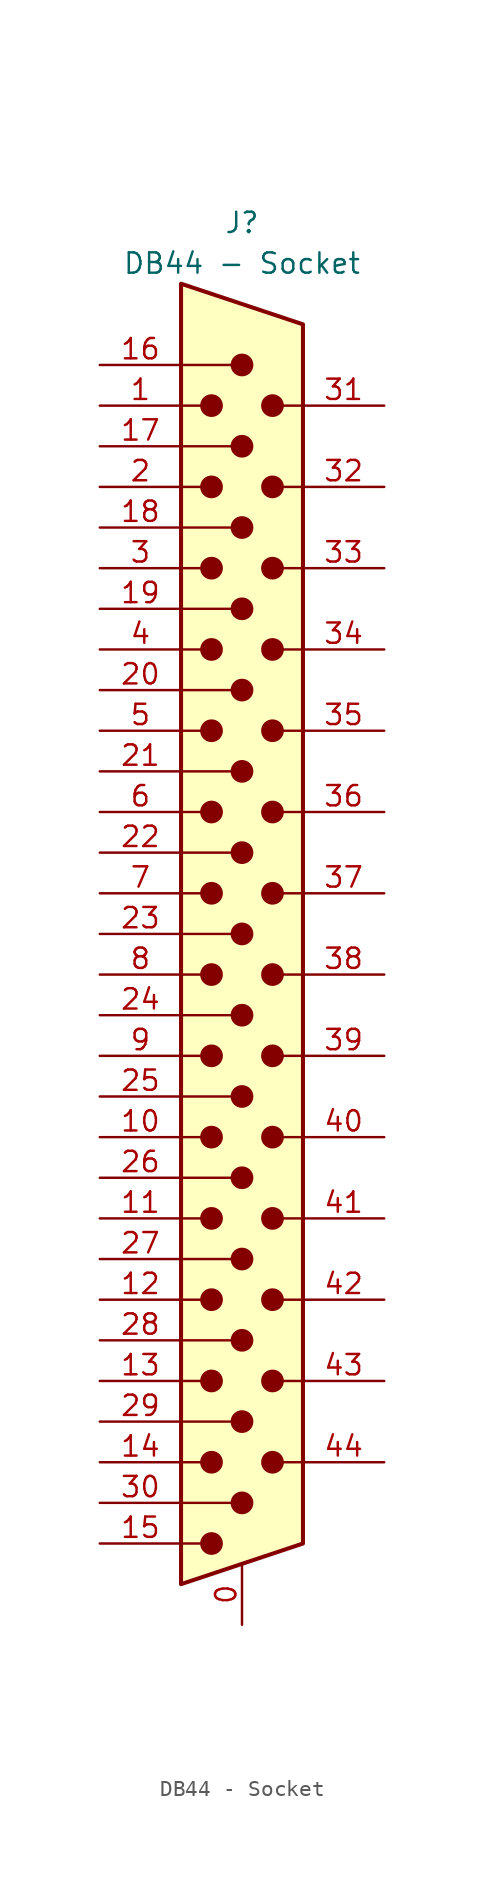
<source format=kicad_sym>
(kicad_symbol_lib
  (version 20211014)
  (generator kicad_symbol_editor)
  (symbol "DB44 - Socket"
    (pin_names
      (offset 1.016) hide)
    (property "Reference" "J"
      (at 0 39.37 0)
      (effects (font (size 1.27 1.27))))
    (property "Value" "DB44 - Socket"
      (at 0 36.83 0)
      (effects (font (size 1.27 1.27))))
    (symbol "DB44 - Socket_0_1"
      (circle (center -1.905 -43.18) (radius 0.635) (stroke (width 0) (type default) (color 0 0 0 0)) (fill (type outline)))
      (circle (center -1.905 -38.1) (radius 0.635) (stroke (width 0) (type default) (color 0 0 0 0)) (fill (type outline)))
      (circle (center -1.905 -33.02) (radius 0.635) (stroke (width 0) (type default) (color 0 0 0 0)) (fill (type outline)))
      (circle (center -1.905 -27.94) (radius 0.635) (stroke (width 0) (type default) (color 0 0 0 0)) (fill (type outline)))
      (circle (center -1.905 -22.86) (radius 0.635) (stroke (width 0) (type default) (color 0 0 0 0)) (fill (type outline)))
      (circle (center -1.905 -17.78) (radius 0.635) (stroke (width 0) (type default) (color 0 0 0 0)) (fill (type outline)))
      (circle (center -1.905 -12.7) (radius 0.635) (stroke (width 0) (type default) (color 0 0 0 0)) (fill (type outline)))
      (circle (center -1.905 -7.62) (radius 0.635) (stroke (width 0) (type default) (color 0 0 0 0)) (fill (type outline)))
      (circle (center -1.905 -2.54) (radius 0.635) (stroke (width 0) (type default) (color 0 0 0 0)) (fill (type outline)))
      (circle (center -1.905 2.54) (radius 0.635) (stroke (width 0) (type default) (color 0 0 0 0)) (fill (type outline)))
      (circle (center -1.905 7.62) (radius 0.635) (stroke (width 0) (type default) (color 0 0 0 0)) (fill (type outline)))
      (circle (center -1.905 12.7) (radius 0.635) (stroke (width 0) (type default) (color 0 0 0 0)) (fill (type outline)))
      (circle (center -1.905 17.78) (radius 0.635) (stroke (width 0) (type default) (color 0 0 0 0)) (fill (type outline)))
      (circle (center -1.905 22.86) (radius 0.635) (stroke (width 0) (type default) (color 0 0 0 0)) (fill (type outline)))
      (circle (center -1.905 27.94) (radius 0.635) (stroke (width 0) (type default) (color 0 0 0 0)) (fill (type outline)))
      (circle (center 0 -40.64) (radius 0.635) (stroke (width 0) (type default) (color 0 0 0 0)) (fill (type outline)))
      (circle (center 0 -35.56) (radius 0.635) (stroke (width 0) (type default) (color 0 0 0 0)) (fill (type outline)))
      (circle (center 0 -30.48) (radius 0.635) (stroke (width 0) (type default) (color 0 0 0 0)) (fill (type outline)))
      (circle (center 0 -25.4) (radius 0.635) (stroke (width 0) (type default) (color 0 0 0 0)) (fill (type outline)))
      (circle (center 0 -20.32) (radius 0.635) (stroke (width 0) (type default) (color 0 0 0 0)) (fill (type outline)))
      (circle (center 0 -15.24) (radius 0.635) (stroke (width 0) (type default) (color 0 0 0 0)) (fill (type outline)))
      (circle (center 0 -10.16) (radius 0.635) (stroke (width 0) (type default) (color 0 0 0 0)) (fill (type outline)))
      (circle (center 0 -5.08) (radius 0.635) (stroke (width 0) (type default) (color 0 0 0 0)) (fill (type outline)))
      (polyline (pts (xy -2.54 -43.18) (xy -3.81 -43.18)) (stroke (width 0) (type default) (color 0 0 0 0)) (fill (type none)))
      (polyline (pts (xy -2.54 -38.1) (xy -3.81 -38.1)) (stroke (width 0) (type default) (color 0 0 0 0)) (fill (type none)))
      (polyline (pts (xy -2.54 -33.02) (xy -3.81 -33.02)) (stroke (width 0) (type default) (color 0 0 0 0)) (fill (type none)))
      (polyline (pts (xy -2.54 -27.94) (xy -3.81 -27.94)) (stroke (width 0) (type default) (color 0 0 0 0)) (fill (type none)))
      (polyline (pts (xy -2.54 -22.86) (xy -3.81 -22.86)) (stroke (width 0) (type default) (color 0 0 0 0)) (fill (type none)))
      (polyline (pts (xy -2.54 -17.78) (xy -3.81 -17.78)) (stroke (width 0) (type default) (color 0 0 0 0)) (fill (type none)))
      (polyline (pts (xy -2.54 -12.7) (xy -3.81 -12.7)) (stroke (width 0) (type default) (color 0 0 0 0)) (fill (type none)))
      (polyline (pts (xy -2.54 -7.62) (xy -3.81 -7.62)) (stroke (width 0) (type default) (color 0 0 0 0)) (fill (type none)))
      (polyline (pts (xy -2.54 -2.54) (xy -3.81 -2.54)) (stroke (width 0) (type default) (color 0 0 0 0)) (fill (type none)))
      (polyline (pts (xy -2.54 2.54) (xy -3.81 2.54)) (stroke (width 0) (type default) (color 0 0 0 0)) (fill (type none)))
      (polyline (pts (xy -2.54 7.62) (xy -3.81 7.62)) (stroke (width 0) (type default) (color 0 0 0 0)) (fill (type none)))
      (polyline (pts (xy -2.54 12.7) (xy -3.81 12.7)) (stroke (width 0) (type default) (color 0 0 0 0)) (fill (type none)))
      (polyline (pts (xy -2.54 17.78) (xy -3.81 17.78)) (stroke (width 0) (type default) (color 0 0 0 0)) (fill (type none)))
      (polyline (pts (xy -2.54 22.86) (xy -3.81 22.86)) (stroke (width 0) (type default) (color 0 0 0 0)) (fill (type none)))
      (polyline (pts (xy -2.54 27.94) (xy -3.81 27.94)) (stroke (width 0) (type default) (color 0 0 0 0)) (fill (type none)))
      (polyline (pts (xy 0 -40.64) (xy -3.81 -40.64)) (stroke (width 0) (type default) (color 0 0 0 0)) (fill (type none)))
      (polyline (pts (xy 0 -35.56) (xy -3.81 -35.56)) (stroke (width 0) (type default) (color 0 0 0 0)) (fill (type none)))
      (polyline (pts (xy 0 -30.48) (xy -3.81 -30.48)) (stroke (width 0) (type default) (color 0 0 0 0)) (fill (type none)))
      (polyline (pts (xy 0 -25.4) (xy -3.81 -25.4)) (stroke (width 0) (type default) (color 0 0 0 0)) (fill (type none)))
      (polyline (pts (xy 0 -20.32) (xy -3.81 -20.32)) (stroke (width 0) (type default) (color 0 0 0 0)) (fill (type none)))
      (polyline (pts (xy 0 -15.24) (xy -3.81 -15.24)) (stroke (width 0) (type default) (color 0 0 0 0)) (fill (type none)))
      (polyline (pts (xy 0 -10.16) (xy -3.81 -10.16)) (stroke (width 0) (type default) (color 0 0 0 0)) (fill (type none)))
      (polyline (pts (xy 0 -5.08) (xy -3.81 -5.08)) (stroke (width 0) (type default) (color 0 0 0 0)) (fill (type none)))
      (polyline (pts (xy 0 0) (xy -3.81 0)) (stroke (width 0) (type default) (color 0 0 0 0)) (fill (type none)))
      (polyline (pts (xy 0 5.08) (xy -3.81 5.08)) (stroke (width 0) (type default) (color 0 0 0 0)) (fill (type none)))
      (polyline (pts (xy 0 10.16) (xy -3.81 10.16)) (stroke (width 0) (type default) (color 0 0 0 0)) (fill (type none)))
      (polyline (pts (xy 0 15.24) (xy -3.81 15.24)) (stroke (width 0) (type default) (color 0 0 0 0)) (fill (type none)))
      (polyline (pts (xy 0 20.32) (xy -3.81 20.32)) (stroke (width 0) (type default) (color 0 0 0 0)) (fill (type none)))
      (polyline (pts (xy 0 25.4) (xy -3.81 25.4)) (stroke (width 0) (type default) (color 0 0 0 0)) (fill (type none)))
      (polyline (pts (xy 0 30.48) (xy -3.81 30.48)) (stroke (width 0) (type default) (color 0 0 0 0)) (fill (type none)))
      (polyline (pts (xy 3.81 -38.1) (xy 2.54 -38.1)) (stroke (width 0) (type default) (color 0 0 0 0)) (fill (type none)))
      (polyline (pts (xy 3.81 -33.02) (xy 2.54 -33.02)) (stroke (width 0) (type default) (color 0 0 0 0)) (fill (type none)))
      (polyline (pts (xy 3.81 -27.94) (xy 2.54 -27.94)) (stroke (width 0) (type default) (color 0 0 0 0)) (fill (type none)))
      (polyline (pts (xy 3.81 -22.86) (xy 2.54 -22.86)) (stroke (width 0) (type default) (color 0 0 0 0)) (fill (type none)))
      (polyline (pts (xy 3.81 -17.78) (xy 2.54 -17.78)) (stroke (width 0) (type default) (color 0 0 0 0)) (fill (type none)))
      (polyline (pts (xy 3.81 -12.7) (xy 2.54 -12.7)) (stroke (width 0) (type default) (color 0 0 0 0)) (fill (type none)))
      (polyline (pts (xy 3.81 -7.62) (xy 2.54 -7.62)) (stroke (width 0) (type default) (color 0 0 0 0)) (fill (type none)))
      (polyline (pts (xy 3.81 -2.54) (xy 2.54 -2.54)) (stroke (width 0) (type default) (color 0 0 0 0)) (fill (type none)))
      (polyline (pts (xy 3.81 2.54) (xy 2.54 2.54)) (stroke (width 0) (type default) (color 0 0 0 0)) (fill (type none)))
      (polyline (pts (xy 3.81 7.62) (xy 2.54 7.62)) (stroke (width 0) (type default) (color 0 0 0 0)) (fill (type none)))
      (polyline (pts (xy 3.81 12.7) (xy 2.54 12.7)) (stroke (width 0) (type default) (color 0 0 0 0)) (fill (type none)))
      (polyline (pts (xy 3.81 17.78) (xy 2.54 17.78)) (stroke (width 0) (type default) (color 0 0 0 0)) (fill (type none)))
      (polyline (pts (xy 3.81 22.86) (xy 2.54 22.86)) (stroke (width 0) (type default) (color 0 0 0 0)) (fill (type none)))
      (polyline (pts (xy 3.81 27.94) (xy 2.54 27.94)) (stroke (width 0) (type default) (color 0 0 0 0)) (fill (type none)))
      (polyline (pts (xy -3.81 35.56) (xy -3.81 -45.72) (xy 3.81 -43.18) (xy 3.81 33.02) (xy -3.81 35.56)) (stroke (width 0.254) (type default) (color 0 0 0 0)) (fill (type background)))
      (circle (center 0 0) (radius 0.635) (stroke (width 0) (type default) (color 0 0 0 0)) (fill (type outline)))
      (circle (center 0 5.08) (radius 0.635) (stroke (width 0) (type default) (color 0 0 0 0)) (fill (type outline)))
      (circle (center 0 10.16) (radius 0.635) (stroke (width 0) (type default) (color 0 0 0 0)) (fill (type outline)))
      (circle (center 0 15.24) (radius 0.635) (stroke (width 0) (type default) (color 0 0 0 0)) (fill (type outline)))
      (circle (center 0 20.32) (radius 0.635) (stroke (width 0) (type default) (color 0 0 0 0)) (fill (type outline)))
      (circle (center 0 25.4) (radius 0.635) (stroke (width 0) (type default) (color 0 0 0 0)) (fill (type outline)))
      (circle (center 0 30.48) (radius 0.635) (stroke (width 0) (type default) (color 0 0 0 0)) (fill (type outline)))
      (circle (center 1.905 -38.1) (radius 0.635) (stroke (width 0) (type default) (color 0 0 0 0)) (fill (type outline)))
      (circle (center 1.905 -33.02) (radius 0.635) (stroke (width 0) (type default) (color 0 0 0 0)) (fill (type outline)))
      (circle (center 1.905 -27.94) (radius 0.635) (stroke (width 0) (type default) (color 0 0 0 0)) (fill (type outline)))
      (circle (center 1.905 -22.86) (radius 0.635) (stroke (width 0) (type default) (color 0 0 0 0)) (fill (type outline)))
      (circle (center 1.905 -17.78) (radius 0.635) (stroke (width 0) (type default) (color 0 0 0 0)) (fill (type outline)))
      (circle (center 1.905 -12.7) (radius 0.635) (stroke (width 0) (type default) (color 0 0 0 0)) (fill (type outline)))
      (circle (center 1.905 -7.62) (radius 0.635) (stroke (width 0) (type default) (color 0 0 0 0)) (fill (type outline)))
      (circle (center 1.905 -2.54) (radius 0.635) (stroke (width 0) (type default) (color 0 0 0 0)) (fill (type outline)))
      (circle (center 1.905 2.54) (radius 0.635) (stroke (width 0) (type default) (color 0 0 0 0)) (fill (type outline)))
      (circle (center 1.905 7.62) (radius 0.635) (stroke (width 0) (type default) (color 0 0 0 0)) (fill (type outline)))
      (circle (center 1.905 12.7) (radius 0.635) (stroke (width 0) (type default) (color 0 0 0 0)) (fill (type outline)))
      (circle (center 1.905 17.78) (radius 0.635) (stroke (width 0) (type default) (color 0 0 0 0)) (fill (type outline)))
      (circle (center 1.905 22.86) (radius 0.635) (stroke (width 0) (type default) (color 0 0 0 0)) (fill (type outline)))
      (circle (center 1.905 27.94) (radius 0.635) (stroke (width 0) (type default) (color 0 0 0 0)) (fill (type outline))))
    (symbol "DB44 - Socket_1_1"
      (pin passive line (at 0 -48.26 90) (length 3.81) (name "0" (effects (font (size 1.27 1.27)))) (number "0" (effects (font (size 1.27 1.27)))))
      (pin passive line (at -8.89 27.94 0) (length 5.08) (name "1" (effects (font (size 1.27 1.27)))) (number "1" (effects (font (size 1.27 1.27)))))
      (pin passive line (at -8.89 -17.78 0) (length 5.08) (name "10" (effects (font (size 1.27 1.27)))) (number "10" (effects (font (size 1.27 1.27)))))
      (pin passive line (at -8.89 -22.86 0) (length 5.08) (name "11" (effects (font (size 1.27 1.27)))) (number "11" (effects (font (size 1.27 1.27)))))
      (pin passive line (at -8.89 -27.94 0) (length 5.08) (name "12" (effects (font (size 1.27 1.27)))) (number "12" (effects (font (size 1.27 1.27)))))
      (pin passive line (at -8.89 -33.02 0) (length 5.08) (name "13" (effects (font (size 1.27 1.27)))) (number "13" (effects (font (size 1.27 1.27)))))
      (pin passive line (at -8.89 -38.1 0) (length 5.08) (name "14" (effects (font (size 1.27 1.27)))) (number "14" (effects (font (size 1.27 1.27)))))
      (pin passive line (at -8.89 -43.18 0) (length 5.08) (name "15" (effects (font (size 1.27 1.27)))) (number "15" (effects (font (size 1.27 1.27)))))
      (pin passive line (at -8.89 30.48 0) (length 5.08) (name "16" (effects (font (size 1.27 1.27)))) (number "16" (effects (font (size 1.27 1.27)))))
      (pin passive line (at -8.89 25.4 0) (length 5.08) (name "17" (effects (font (size 1.27 1.27)))) (number "17" (effects (font (size 1.27 1.27)))))
      (pin passive line (at -8.89 20.32 0) (length 5.08) (name "18" (effects (font (size 1.27 1.27)))) (number "18" (effects (font (size 1.27 1.27)))))
      (pin passive line (at -8.89 15.24 0) (length 5.08) (name "19" (effects (font (size 1.27 1.27)))) (number "19" (effects (font (size 1.27 1.27)))))
      (pin passive line (at -8.89 22.86 0) (length 5.08) (name "2" (effects (font (size 1.27 1.27)))) (number "2" (effects (font (size 1.27 1.27)))))
      (pin passive line (at -8.89 10.16 0) (length 5.08) (name "20" (effects (font (size 1.27 1.27)))) (number "20" (effects (font (size 1.27 1.27)))))
      (pin passive line (at -8.89 5.08 0) (length 5.08) (name "21" (effects (font (size 1.27 1.27)))) (number "21" (effects (font (size 1.27 1.27)))))
      (pin passive line (at -8.89 0 0) (length 5.08) (name "22" (effects (font (size 1.27 1.27)))) (number "22" (effects (font (size 1.27 1.27)))))
      (pin passive line (at -8.89 -5.08 0) (length 5.08) (name "23" (effects (font (size 1.27 1.27)))) (number "23" (effects (font (size 1.27 1.27)))))
      (pin passive line (at -8.89 -10.16 0) (length 5.08) (name "24" (effects (font (size 1.27 1.27)))) (number "24" (effects (font (size 1.27 1.27)))))
      (pin passive line (at -8.89 -15.24 0) (length 5.08) (name "25" (effects (font (size 1.27 1.27)))) (number "25" (effects (font (size 1.27 1.27)))))
      (pin passive line (at -8.89 -20.32 0) (length 5.08) (name "26" (effects (font (size 1.27 1.27)))) (number "26" (effects (font (size 1.27 1.27)))))
      (pin passive line (at -8.89 -25.4 0) (length 5.08) (name "27" (effects (font (size 1.27 1.27)))) (number "27" (effects (font (size 1.27 1.27)))))
      (pin passive line (at -8.89 -30.48 0) (length 5.08) (name "28" (effects (font (size 1.27 1.27)))) (number "28" (effects (font (size 1.27 1.27)))))
      (pin passive line (at -8.89 -35.56 0) (length 5.08) (name "29" (effects (font (size 1.27 1.27)))) (number "29" (effects (font (size 1.27 1.27)))))
      (pin passive line (at -8.89 17.78 0) (length 5.08) (name "3" (effects (font (size 1.27 1.27)))) (number "3" (effects (font (size 1.27 1.27)))))
      (pin passive line (at -8.89 -40.64 0) (length 5.08) (name "30" (effects (font (size 1.27 1.27)))) (number "30" (effects (font (size 1.27 1.27)))))
      (pin passive line (at 8.89 27.94 180) (length 5.08) (name "31" (effects (font (size 1.27 1.27)))) (number "31" (effects (font (size 1.27 1.27)))))
      (pin passive line (at 8.89 22.86 180) (length 5.08) (name "32" (effects (font (size 1.27 1.27)))) (number "32" (effects (font (size 1.27 1.27)))))
      (pin passive line (at 8.89 17.78 180) (length 5.08) (name "33" (effects (font (size 1.27 1.27)))) (number "33" (effects (font (size 1.27 1.27)))))
      (pin passive line (at 8.89 12.7 180) (length 5.08) (name "34" (effects (font (size 1.27 1.27)))) (number "34" (effects (font (size 1.27 1.27)))))
      (pin passive line (at 8.89 7.62 180) (length 5.08) (name "35" (effects (font (size 1.27 1.27)))) (number "35" (effects (font (size 1.27 1.27)))))
      (pin passive line (at 8.89 2.54 180) (length 5.08) (name "36" (effects (font (size 1.27 1.27)))) (number "36" (effects (font (size 1.27 1.27)))))
      (pin passive line (at 8.89 -2.54 180) (length 5.08) (name "37" (effects (font (size 1.27 1.27)))) (number "37" (effects (font (size 1.27 1.27)))))
      (pin passive line (at 8.89 -7.62 180) (length 5.08) (name "38" (effects (font (size 1.27 1.27)))) (number "38" (effects (font (size 1.27 1.27)))))
      (pin passive line (at 8.89 -12.7 180) (length 5.08) (name "39" (effects (font (size 1.27 1.27)))) (number "39" (effects (font (size 1.27 1.27)))))
      (pin passive line (at -8.89 12.7 0) (length 5.08) (name "4" (effects (font (size 1.27 1.27)))) (number "4" (effects (font (size 1.27 1.27)))))
      (pin passive line (at 8.89 -17.78 180) (length 5.08) (name "40" (effects (font (size 1.27 1.27)))) (number "40" (effects (font (size 1.27 1.27)))))
      (pin passive line (at 8.89 -22.86 180) (length 5.08) (name "41" (effects (font (size 1.27 1.27)))) (number "41" (effects (font (size 1.27 1.27)))))
      (pin passive line (at 8.89 -27.94 180) (length 5.08) (name "42" (effects (font (size 1.27 1.27)))) (number "42" (effects (font (size 1.27 1.27)))))
      (pin passive line (at 8.89 -33.02 180) (length 5.08) (name "43" (effects (font (size 1.27 1.27)))) (number "43" (effects (font (size 1.27 1.27)))))
      (pin passive line (at 8.89 -38.1 180) (length 5.08) (name "44" (effects (font (size 1.27 1.27)))) (number "44" (effects (font (size 1.27 1.27)))))
      (pin passive line (at -8.89 7.62 0) (length 5.08) (name "5" (effects (font (size 1.27 1.27)))) (number "5" (effects (font (size 1.27 1.27)))))
      (pin passive line (at -8.89 2.54 0) (length 5.08) (name "6" (effects (font (size 1.27 1.27)))) (number "6" (effects (font (size 1.27 1.27)))))
      (pin passive line (at -8.89 -2.54 0) (length 5.08) (name "7" (effects (font (size 1.27 1.27)))) (number "7" (effects (font (size 1.27 1.27)))))
      (pin passive line (at -8.89 -7.62 0) (length 5.08) (name "8" (effects (font (size 1.27 1.27)))) (number "8" (effects (font (size 1.27 1.27)))))
      (pin passive line (at -8.89 -12.7 0) (length 5.08) (name "9" (effects (font (size 1.27 1.27)))) (number "9" (effects (font (size 1.27 1.27))))))))
</source>
